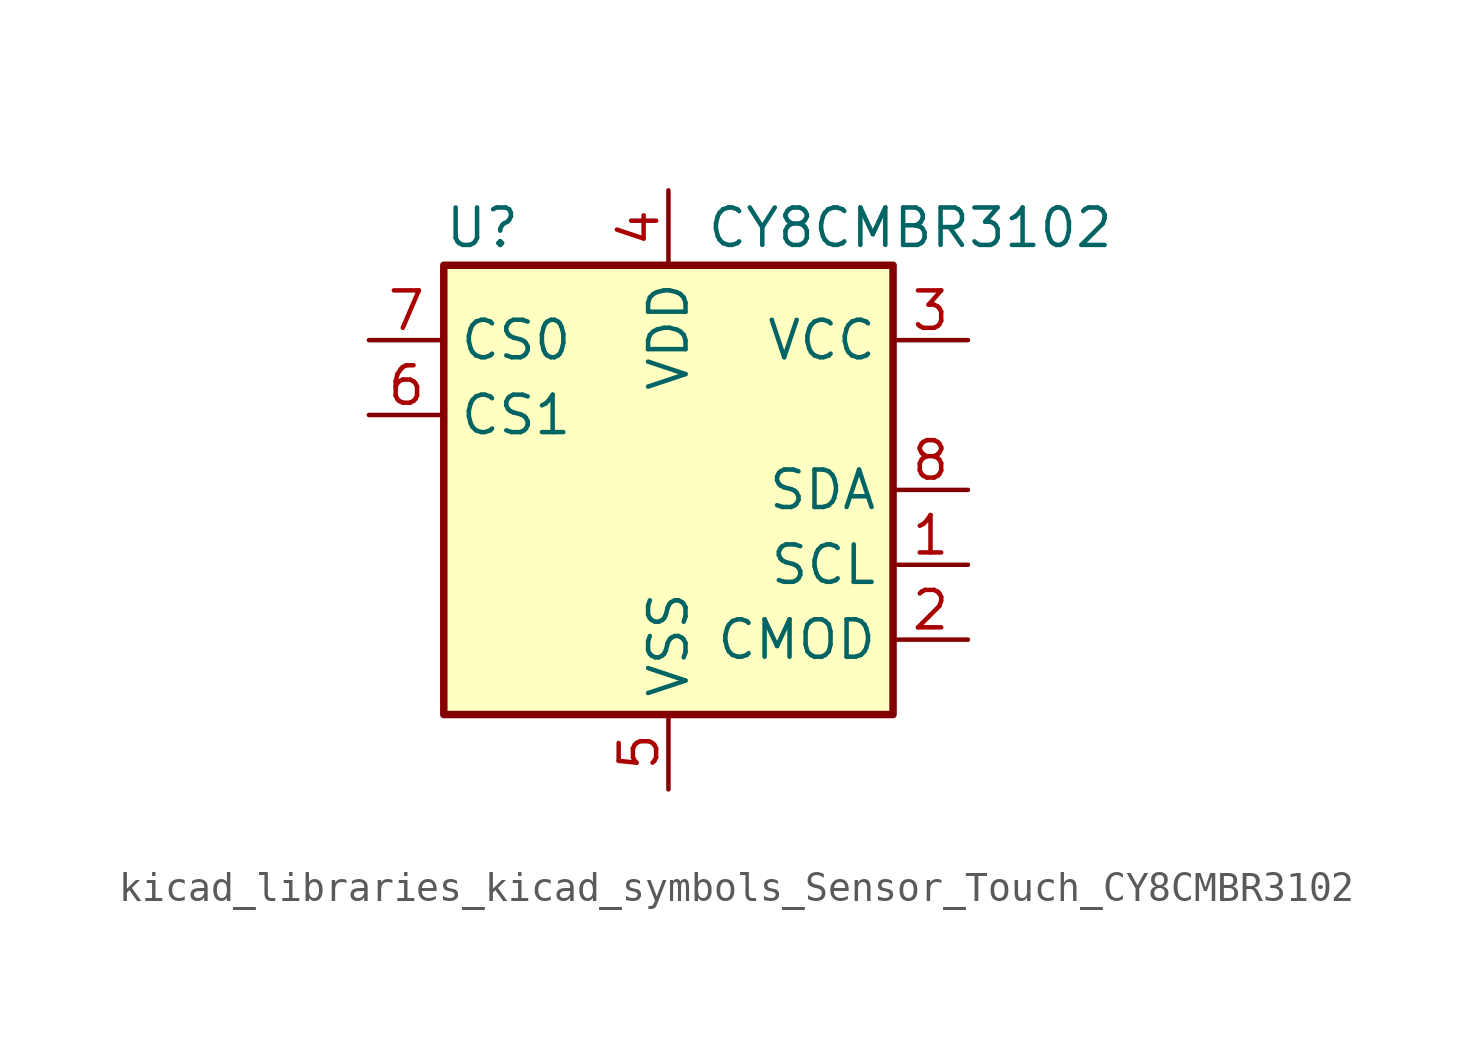
<source format=kicad_sym>
(kicad_symbol_lib
  (version 20220914)
  (generator kicad_symbol_editor)
  (symbol "kicad_libraries_kicad_symbols_Sensor_Touch_CY8CMBR3102"
    (property "Reference" "U"
      (at -7.62 8.89 0)
      (effects (font (size 1.27 1.27)) (justify left)))
    (property "Value" "CY8CMBR3102"
      (at 1.27 8.89 0)
      (effects (font (size 1.27 1.27)) (justify left)))
    (symbol "kicad_libraries_kicad_symbols_Sensor_Touch_CY8CMBR3102_0_1"
      (rectangle (start -7.62 7.62) (end 7.62 -7.62) (stroke (width 0.254) (type default)) (fill (type background))))
    (symbol "kicad_libraries_kicad_symbols_Sensor_Touch_CY8CMBR3102_1_1"
      (pin input line (at 10.16 -2.54 180) (length 2.54) (name "SCL" (effects (font (size 1.27 1.27)))) (number "1" (effects (font (size 1.27 1.27)))))
      (pin passive line (at 10.16 -5.08 180) (length 2.54) (name "CMOD" (effects (font (size 1.27 1.27)))) (number "2" (effects (font (size 1.27 1.27)))))
      (pin passive line (at 10.16 5.08 180) (length 2.54) (name "VCC" (effects (font (size 1.27 1.27)))) (number "3" (effects (font (size 1.27 1.27)))))
      (pin power_in line (at 0 10.16 270) (length 2.54) (name "VDD" (effects (font (size 1.27 1.27)))) (number "4" (effects (font (size 1.27 1.27)))))
      (pin power_in line (at 0 -10.16 90) (length 2.54) (name "VSS" (effects (font (size 1.27 1.27)))) (number "5" (effects (font (size 1.27 1.27)))))
      (pin passive line (at -10.16 2.54 0) (length 2.54) (name "CS1" (effects (font (size 1.27 1.27)))) (number "6" (effects (font (size 1.27 1.27)))))
      (pin passive line (at -10.16 5.08 0) (length 2.54) (name "CS0" (effects (font (size 1.27 1.27)))) (number "7" (effects (font (size 1.27 1.27)))))
      (pin bidirectional line (at 10.16 0 180) (length 2.54) (name "SDA" (effects (font (size 1.27 1.27)))) (number "8" (effects (font (size 1.27 1.27))))))))
</source>
